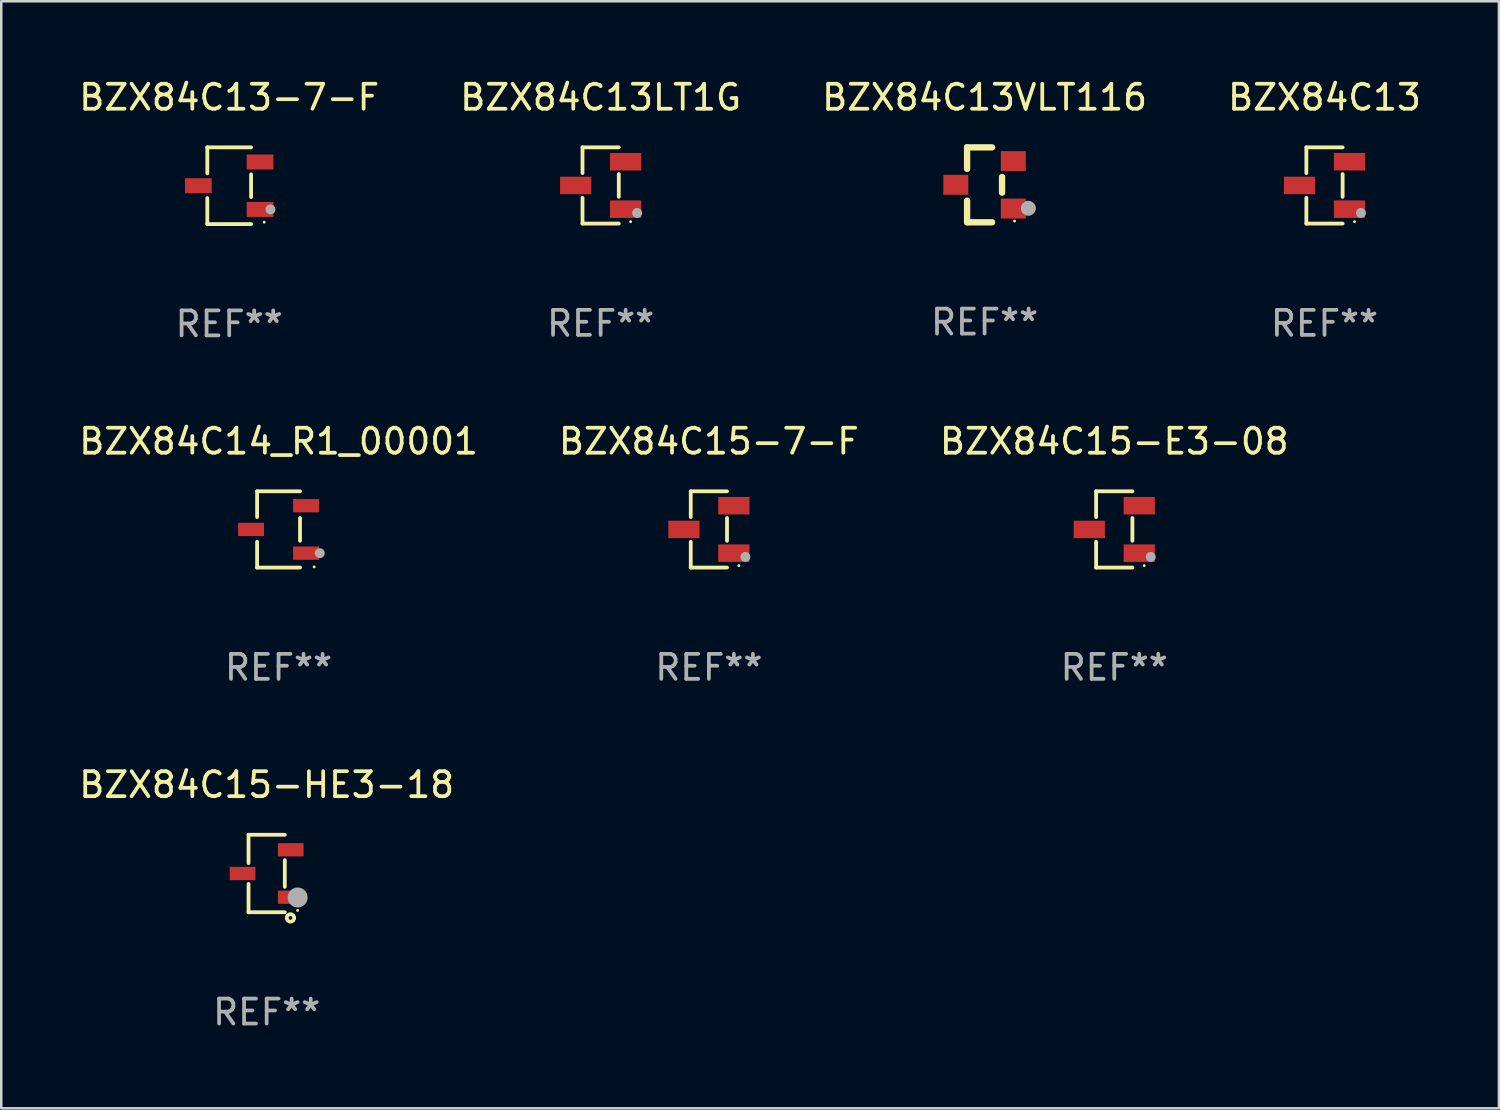
<source format=kicad_pcb>
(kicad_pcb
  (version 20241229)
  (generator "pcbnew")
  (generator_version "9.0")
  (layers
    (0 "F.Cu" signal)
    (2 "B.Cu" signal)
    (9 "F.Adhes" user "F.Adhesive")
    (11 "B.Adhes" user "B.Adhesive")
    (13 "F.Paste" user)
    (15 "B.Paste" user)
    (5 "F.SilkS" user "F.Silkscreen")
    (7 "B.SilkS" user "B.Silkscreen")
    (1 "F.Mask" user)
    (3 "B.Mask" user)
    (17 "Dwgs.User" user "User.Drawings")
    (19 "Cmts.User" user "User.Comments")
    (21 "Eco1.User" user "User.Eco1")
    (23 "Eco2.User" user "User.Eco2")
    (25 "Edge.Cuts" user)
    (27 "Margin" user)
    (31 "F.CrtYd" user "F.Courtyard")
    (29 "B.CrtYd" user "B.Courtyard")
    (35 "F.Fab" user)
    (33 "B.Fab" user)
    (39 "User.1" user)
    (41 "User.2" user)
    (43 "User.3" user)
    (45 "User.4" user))
  (footprint "BZX84C13-7-F"
    (layer "F.Cu")
    (at 6.125 4.384)
    (property "Reference" "BZX84C13-7-F" (at 0 -3.536 0) (layer "F.SilkS") (effects (font (size 1 1) (thickness 0.15))))
    (attr through_hole)
    (fp_line (start -0.876 -1.536) (end -0.876 -0.495) (stroke (width 0.152) (type solid)) (layer "F.SilkS"))
    (fp_line (start -0.876 1.536) (end -0.876 0.495) (stroke (width 0.152) (type solid)) (layer "F.SilkS"))
    (fp_line (start 0.876 -1.536) (end -0.876 -1.536) (stroke (width 0.152) (type solid)) (layer "F.SilkS"))
    (fp_line (start 0.876 -0.455) (end 0.876 0.455) (stroke (width 0.152) (type solid)) (layer "F.SilkS"))
    (fp_line (start 0.876 1.536) (end -0.876 1.536) (stroke (width 0.152) (type solid)) (layer "F.SilkS"))
    (fp_circle (center 1.4 1.46) (end 1.43 1.46) (stroke (width 0.06) (type solid)) (fill no) (layer "F.SilkS"))
    (fp_circle (center 1.651 0.95) (end 1.751 0.95) (stroke (width 0.2) (type solid)) (fill no) (layer "F.Fab"))
    (fp_text user "REF**" (at 0 5.536 0) (layer "F.Fab") (effects (font (size 1 1) (thickness 0.15))))
    (pad "1" smd rect (at 1.235 0.95) (size 1.07 0.6) (layers "F.Cu" "F.Mask" "F.Paste"))
    (pad "2" smd rect (at 1.235 -0.95) (size 1.07 0.6) (layers "F.Cu" "F.Mask" "F.Paste"))
    (pad "3" smd rect (at -1.235 0) (size 1.07 0.6) (layers "F.Cu" "F.Mask" "F.Paste")))
  (footprint "BZX84C13VLT116"
    (layer "F.Cu")
    (at 36.363 4.348)
    (property "Reference" "BZX84C13VLT116" (at 0 -3.5 0) (layer "F.SilkS") (effects (font (size 1 1) (thickness 0.15))))
    (attr through_hole)
    (fp_line (start -0.7 -1.5) (end 0.3 -1.5) (stroke (width 0.254) (type solid)) (layer "F.SilkS"))
    (fp_line (start -0.7 -0.636) (end -0.7 -1.5) (stroke (width 0.254) (type solid)) (layer "F.SilkS"))
    (fp_line (start -0.7 1.5) (end -0.7 0.636) (stroke (width 0.254) (type solid)) (layer "F.SilkS"))
    (fp_line (start -0.7 1.5) (end 0.3 1.5) (stroke (width 0.254) (type solid)) (layer "F.SilkS"))
    (fp_line (start 0.7 0.314) (end 0.7 -0.314) (stroke (width 0.254) (type solid)) (layer "F.SilkS"))
    (fp_circle (center 1.2 1.45) (end 1.23 1.45) (stroke (width 0.06) (type solid)) (fill no) (layer "F.SilkS"))
    (fp_circle (center 1.753 0.94) (end 1.903 0.94) (stroke (width 0.3) (type solid)) (fill no) (layer "F.Fab"))
    (fp_text user "REF**" (at 0 5.5 0) (layer "F.Fab") (effects (font (size 1 1) (thickness 0.15))))
    (pad "1" smd rect (at 1.15 0.95 180) (size 1 0.8) (layers "F.Cu" "F.Mask" "F.Paste"))
    (pad "2" smd rect (at 1.15 -0.95 180) (size 1 0.8) (layers "F.Cu" "F.Mask" "F.Paste"))
    (pad "3" smd rect (at -1.15 -0.000051 180) (size 1 0.8) (layers "F.Cu" "F.Mask" "F.Paste")))
  (footprint "BZX84C13LT1G"
    (layer "F.Cu")
    (at 20.994 4.374)
    (property "Reference" "BZX84C13LT1G" (at 0 -3.526 0) (layer "F.SilkS") (effects (font (size 1 1) (thickness 0.15))))
    (attr through_hole)
    (fp_line (start -0.726 -1.526) (end -0.726 -0.495) (stroke (width 0.152) (type solid)) (layer "F.SilkS"))
    (fp_line (start -0.726 1.526) (end -0.726 0.495) (stroke (width 0.152) (type solid)) (layer "F.SilkS"))
    (fp_line (start 0.726 -1.526) (end -0.726 -1.526) (stroke (width 0.152) (type solid)) (layer "F.SilkS"))
    (fp_line (start 0.726 -0.455) (end 0.726 0.455) (stroke (width 0.152) (type solid)) (layer "F.SilkS"))
    (fp_line (start 0.726 1.526) (end -0.726 1.526) (stroke (width 0.152) (type solid)) (layer "F.SilkS"))
    (fp_circle (center 1.2 1.45) (end 1.23 1.45) (stroke (width 0.06) (type solid)) (fill no) (layer "F.SilkS"))
    (fp_circle (center 1.46 1.1) (end 1.56 1.1) (stroke (width 0.2) (type solid)) (fill no) (layer "F.Fab"))
    (fp_text user "REF**" (at 0 5.526 0) (layer "F.Fab") (effects (font (size 1 1) (thickness 0.15))))
    (pad "1" smd rect (at 1 0.95) (size 1.25 0.7) (layers "F.Cu" "F.Mask" "F.Paste"))
    (pad "2" smd rect (at 1 -0.95) (size 1.25 0.7) (layers "F.Cu" "F.Mask" "F.Paste"))
    (pad "3" smd rect (at -1 0) (size 1.25 0.7) (layers "F.Cu" "F.Mask" "F.Paste")))
  (footprint "BZX84C15-HE3-18"
    (layer "F.Cu")
    (at 7.625 31.917)
    (property "Reference" "BZX84C15-HE3-18" (at 0 -3.551 0) (layer "F.SilkS") (effects (font (size 1 1) (thickness 0.15))))
    (attr through_hole)
    (fp_line (start -0.726 -1.551) (end -0.726 -0.418) (stroke (width 0.152) (type solid)) (layer "F.SilkS"))
    (fp_line (start -0.726 1.551) (end -0.726 0.418) (stroke (width 0.152) (type solid)) (layer "F.SilkS"))
    (fp_line (start 0.726 -1.551) (end -0.726 -1.551) (stroke (width 0.152) (type solid)) (layer "F.SilkS"))
    (fp_line (start 0.726 0.532) (end 0.726 -0.532) (stroke (width 0.152) (type solid)) (layer "F.SilkS"))
    (fp_line (start 0.726 1.551) (end -0.726 1.551) (stroke (width 0.152) (type solid)) (layer "F.SilkS"))
    (fp_circle (center 0.953 1.777) (end 1.027 1.777) (stroke (width 0.15) (type solid)) (fill no) (layer "F.SilkS"))
    (fp_circle (center 1.238 1.475) (end 1.268 1.475) (stroke (width 0.06) (type solid)) (fill no) (layer "F.SilkS"))
    (fp_circle (center 1.239 0.959) (end 1.439 0.959) (stroke (width 0.4) (type solid)) (fill no) (layer "F.Fab"))
    (fp_text user "REF**" (at 0 5.551 0) (layer "F.Fab") (effects (font (size 1 1) (thickness 0.15))))
    (pad "1" smd rect (at 0.964 0.95 90) (size 0.532 1.028) (layers "F.Cu" "F.Mask" "F.Paste"))
    (pad "2" smd rect (at 0.964 -0.95 90) (size 0.532 1.028) (layers "F.Cu" "F.Mask" "F.Paste"))
    (pad "3" smd rect (at -0.964 -0.000025 90) (size 0.532 1.028) (layers "F.Cu" "F.Mask" "F.Paste")))
  (footprint "BZX84C15-7-F"
    (layer "F.Cu")
    (at 25.327 18.143)
    (property "Reference" "BZX84C15-7-F" (at 0 -3.526 0) (layer "F.SilkS") (effects (font (size 1 1) (thickness 0.15))))
    (attr through_hole)
    (fp_line (start -0.726 -1.526) (end -0.726 -0.495) (stroke (width 0.152) (type solid)) (layer "F.SilkS"))
    (fp_line (start -0.726 1.526) (end -0.726 0.495) (stroke (width 0.152) (type solid)) (layer "F.SilkS"))
    (fp_line (start 0.726 -1.526) (end -0.726 -1.526) (stroke (width 0.152) (type solid)) (layer "F.SilkS"))
    (fp_line (start 0.726 -0.455) (end 0.726 0.455) (stroke (width 0.152) (type solid)) (layer "F.SilkS"))
    (fp_line (start 0.726 1.526) (end -0.726 1.526) (stroke (width 0.152) (type solid)) (layer "F.SilkS"))
    (fp_circle (center 1.2 1.45) (end 1.23 1.45) (stroke (width 0.06) (type solid)) (fill no) (layer "F.SilkS"))
    (fp_circle (center 1.46 1.1) (end 1.56 1.1) (stroke (width 0.2) (type solid)) (fill no) (layer "F.Fab"))
    (fp_text user "REF**" (at 0 5.526 0) (layer "F.Fab") (effects (font (size 1 1) (thickness 0.15))))
    (pad "1" smd rect (at 1 0.95) (size 1.25 0.7) (layers "F.Cu" "F.Mask" "F.Paste"))
    (pad "2" smd rect (at 1 -0.95) (size 1.25 0.7) (layers "F.Cu" "F.Mask" "F.Paste"))
    (pad "3" smd rect (at -1 0) (size 1.25 0.7) (layers "F.Cu" "F.Mask" "F.Paste")))
  (footprint "BZX84C13"
    (layer "F.Cu")
    (at 49.97 4.374)
    (property "Reference" "BZX84C13" (at 0 -3.526 0) (layer "F.SilkS") (effects (font (size 1 1) (thickness 0.15))))
    (attr through_hole)
    (fp_line (start -0.726 -1.526) (end -0.726 -0.495) (stroke (width 0.152) (type solid)) (layer "F.SilkS"))
    (fp_line (start -0.726 1.526) (end -0.726 0.495) (stroke (width 0.152) (type solid)) (layer "F.SilkS"))
    (fp_line (start 0.726 -1.526) (end -0.726 -1.526) (stroke (width 0.152) (type solid)) (layer "F.SilkS"))
    (fp_line (start 0.726 -0.455) (end 0.726 0.455) (stroke (width 0.152) (type solid)) (layer "F.SilkS"))
    (fp_line (start 0.726 1.526) (end -0.726 1.526) (stroke (width 0.152) (type solid)) (layer "F.SilkS"))
    (fp_circle (center 1.2 1.45) (end 1.23 1.45) (stroke (width 0.06) (type solid)) (fill no) (layer "F.SilkS"))
    (fp_circle (center 1.46 1.1) (end 1.56 1.1) (stroke (width 0.2) (type solid)) (fill no) (layer "F.Fab"))
    (fp_text user "REF**" (at 0 5.526 0) (layer "F.Fab") (effects (font (size 1 1) (thickness 0.15))))
    (pad "1" smd rect (at 1 0.95) (size 1.25 0.7) (layers "F.Cu" "F.Mask" "F.Paste"))
    (pad "2" smd rect (at 1 -0.95) (size 1.25 0.7) (layers "F.Cu" "F.Mask" "F.Paste"))
    (pad "3" smd rect (at -1 0) (size 1.25 0.7) (layers "F.Cu" "F.Mask" "F.Paste")))
  (footprint "BZX84C15-E3-08"
    (layer "F.Cu")
    (at 41.554 18.143)
    (property "Reference" "BZX84C15-E3-08" (at 0 -3.526 0) (layer "F.SilkS") (effects (font (size 1 1) (thickness 0.15))))
    (attr through_hole)
    (fp_line (start -0.726 -1.526) (end -0.726 -0.495) (stroke (width 0.152) (type solid)) (layer "F.SilkS"))
    (fp_line (start -0.726 1.526) (end -0.726 0.495) (stroke (width 0.152) (type solid)) (layer "F.SilkS"))
    (fp_line (start 0.726 -1.526) (end -0.726 -1.526) (stroke (width 0.152) (type solid)) (layer "F.SilkS"))
    (fp_line (start 0.726 -0.455) (end 0.726 0.455) (stroke (width 0.152) (type solid)) (layer "F.SilkS"))
    (fp_line (start 0.726 1.526) (end -0.726 1.526) (stroke (width 0.152) (type solid)) (layer "F.SilkS"))
    (fp_circle (center 1.2 1.45) (end 1.23 1.45) (stroke (width 0.06) (type solid)) (fill no) (layer "F.SilkS"))
    (fp_circle (center 1.46 1.1) (end 1.56 1.1) (stroke (width 0.2) (type solid)) (fill no) (layer "F.Fab"))
    (fp_text user "REF**" (at 0 5.526 0) (layer "F.Fab") (effects (font (size 1 1) (thickness 0.15))))
    (pad "1" smd rect (at 1 0.95) (size 1.25 0.7) (layers "F.Cu" "F.Mask" "F.Paste"))
    (pad "2" smd rect (at 1 -0.95) (size 1.25 0.7) (layers "F.Cu" "F.Mask" "F.Paste"))
    (pad "3" smd rect (at -1 0) (size 1.25 0.7) (layers "F.Cu" "F.Mask" "F.Paste")))
  (footprint "BZX84C14_R1_00001"
    (layer "F.Cu")
    (at 8.101 18.143)
    (property "Reference" "BZX84C14_R1_00001" (at 0 -3.526 0) (layer "F.SilkS") (effects (font (size 1 1) (thickness 0.15))))
    (attr through_hole)
    (fp_line (start -0.859 -1.526) (end -0.859 -0.495) (stroke (width 0.152) (type solid)) (layer "F.SilkS"))
    (fp_line (start -0.859 1.526) (end -0.859 0.495) (stroke (width 0.152) (type solid)) (layer "F.SilkS"))
    (fp_line (start 0.859 -1.526) (end -0.859 -1.526) (stroke (width 0.152) (type solid)) (layer "F.SilkS"))
    (fp_line (start 0.859 -0.455) (end 0.859 0.455) (stroke (width 0.152) (type solid)) (layer "F.SilkS"))
    (fp_line (start 0.859 1.526) (end -0.859 1.526) (stroke (width 0.152) (type solid)) (layer "F.SilkS"))
    (fp_circle (center 1.425 1.5) (end 1.455 1.5) (stroke (width 0.06) (type solid)) (fill no) (layer "F.SilkS"))
    (fp_circle (center 1.65 0.95) (end 1.75 0.95) (stroke (width 0.2) (type solid)) (fill no) (layer "F.Fab"))
    (fp_text user "REF**" (at 0 5.526 0) (layer "F.Fab") (effects (font (size 1 1) (thickness 0.15))))
    (pad "1" smd rect (at 1.101 0.95) (size 1.037 0.532) (layers "F.Cu" "F.Mask" "F.Paste"))
    (pad "2" smd rect (at 1.101 -0.95) (size 1.037 0.532) (layers "F.Cu" "F.Mask" "F.Paste"))
    (pad "3" smd rect (at -1.101 0) (size 1.037 0.532) (layers "F.Cu" "F.Mask" "F.Paste")))
  (gr_rect
    (start -3 -3)
    (end 56.952 41.317)
    (stroke (width 0.1) (type default))
    (fill no)
    (layer "Edge.Cuts")))
</source>
